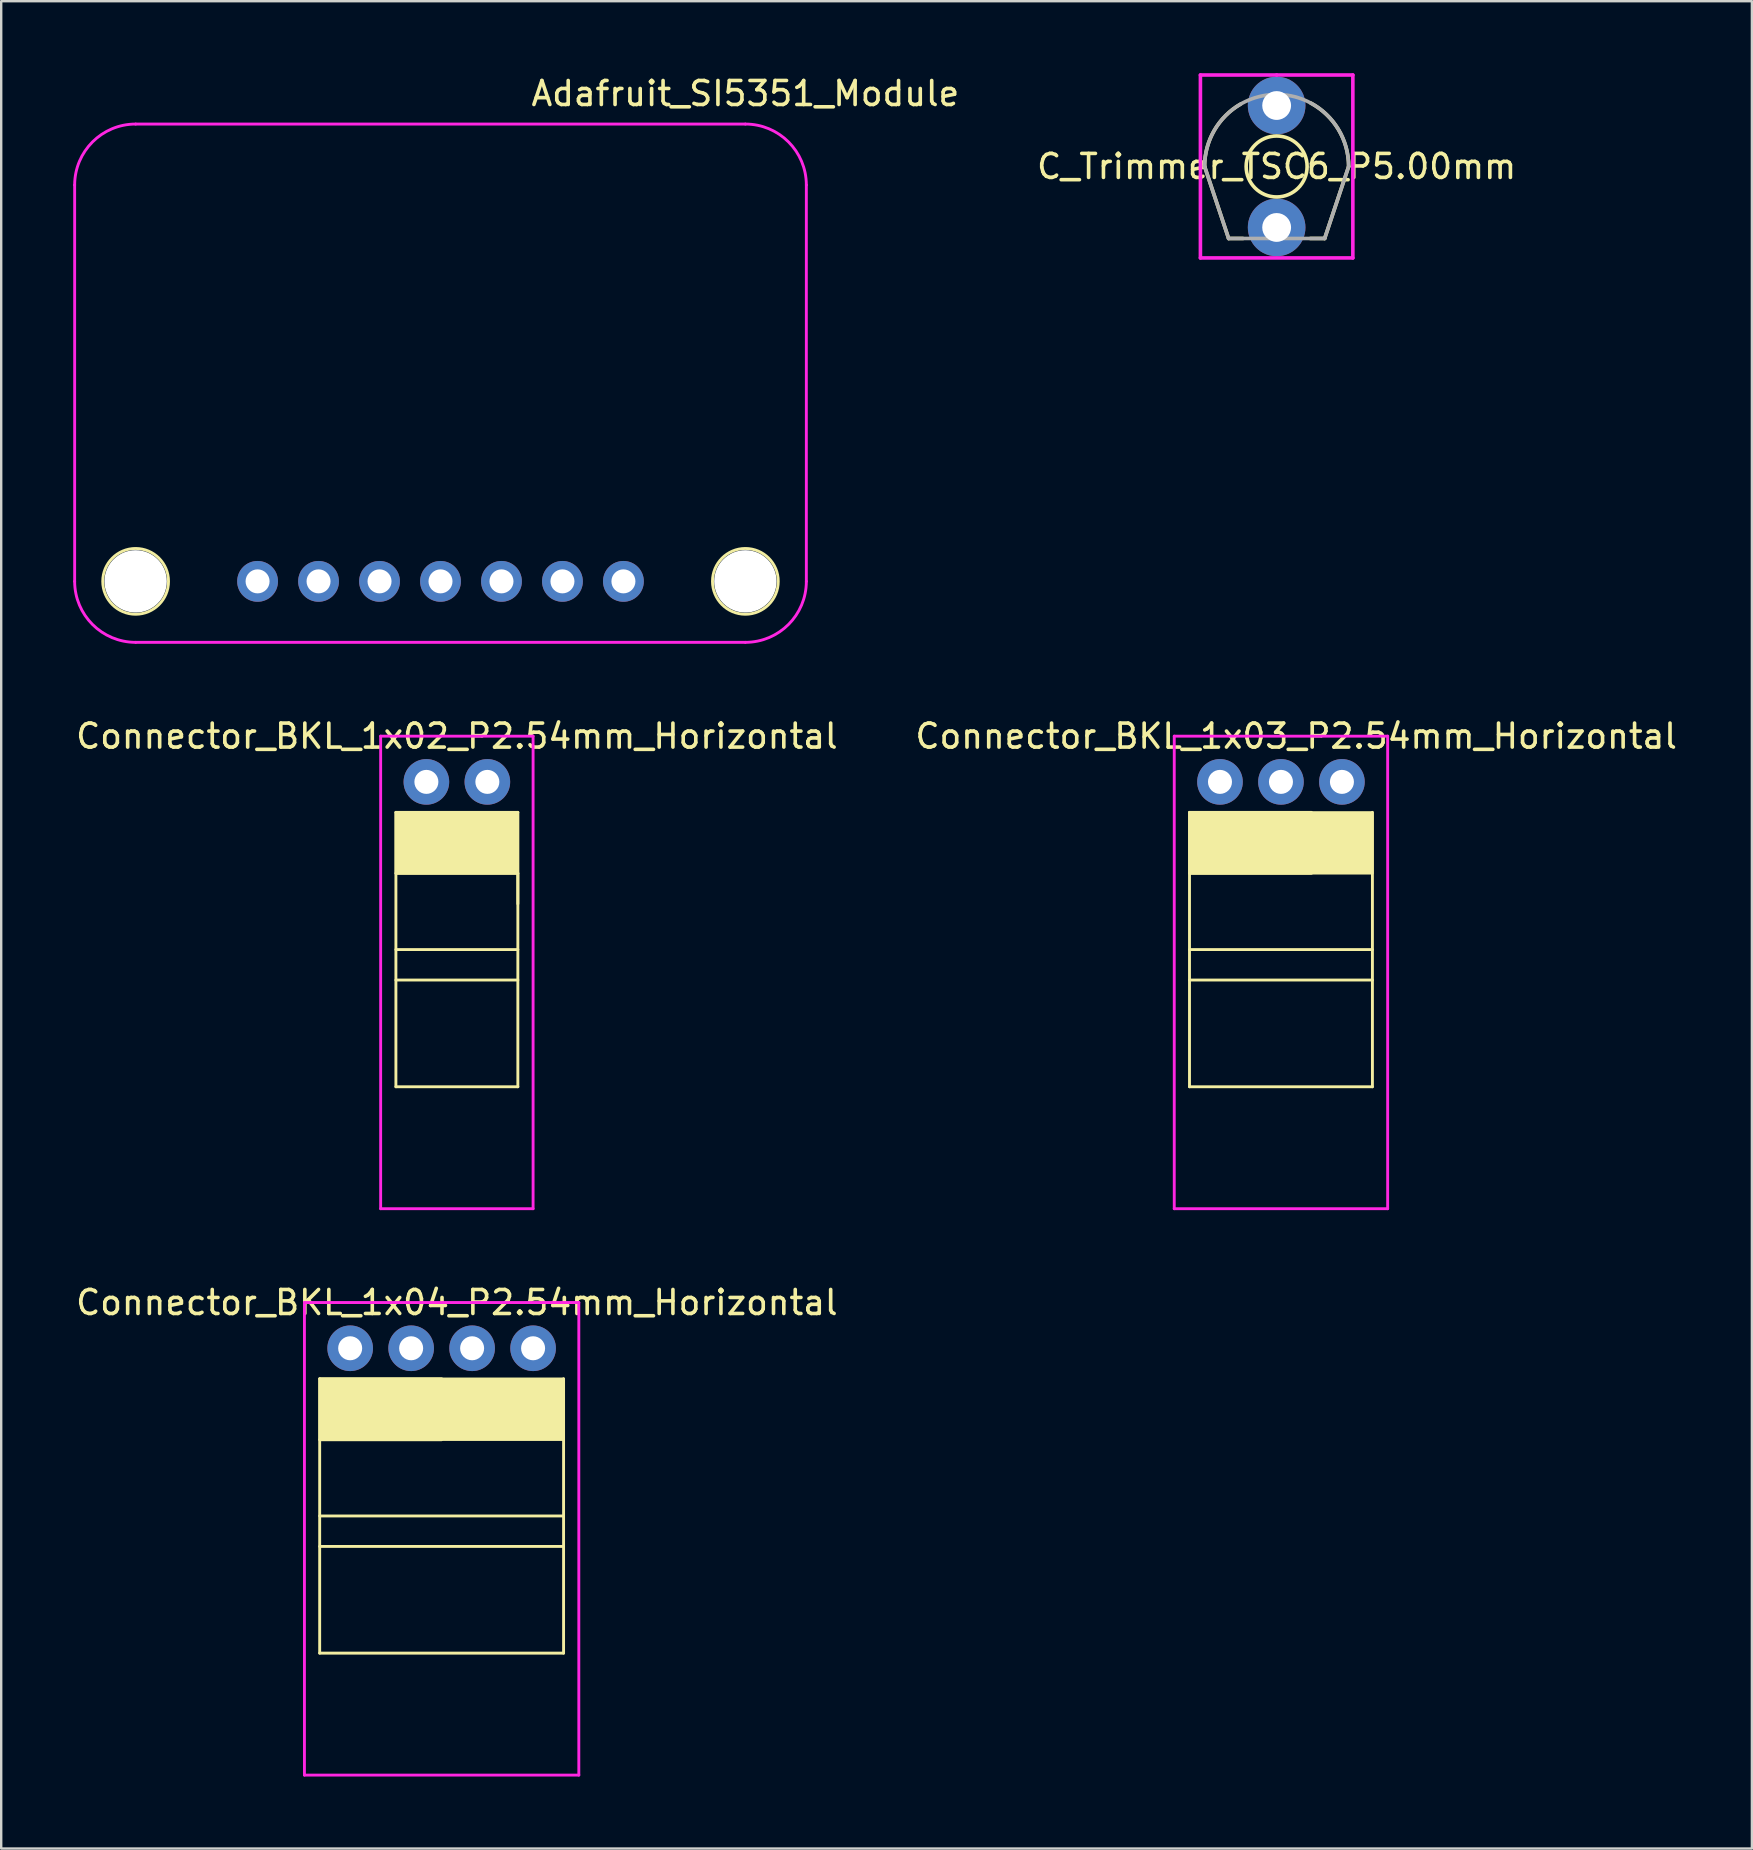
<source format=kicad_pcb>
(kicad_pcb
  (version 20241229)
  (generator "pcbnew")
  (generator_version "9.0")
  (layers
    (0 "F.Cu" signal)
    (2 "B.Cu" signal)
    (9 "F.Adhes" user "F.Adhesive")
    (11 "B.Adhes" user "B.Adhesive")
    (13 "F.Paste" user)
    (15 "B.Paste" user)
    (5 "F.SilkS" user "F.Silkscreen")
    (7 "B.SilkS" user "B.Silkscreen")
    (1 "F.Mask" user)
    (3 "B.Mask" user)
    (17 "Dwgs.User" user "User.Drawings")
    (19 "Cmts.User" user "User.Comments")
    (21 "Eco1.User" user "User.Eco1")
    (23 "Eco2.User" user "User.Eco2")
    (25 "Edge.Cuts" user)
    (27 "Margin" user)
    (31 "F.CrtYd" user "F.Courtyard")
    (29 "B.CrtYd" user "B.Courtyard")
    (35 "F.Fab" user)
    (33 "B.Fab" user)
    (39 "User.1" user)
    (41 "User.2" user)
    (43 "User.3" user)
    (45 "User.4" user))
  (footprint "Connector_BKL_1x03_P2.54mm_Horizontal"
    (layer "F.Cu")
    (at 50.311 29.521)
    (property "Reference" "Connector_BKL_1x03_P2.54mm_Horizontal" (at 0.635 -1.905 0) (layer "F.SilkS") (effects (font (size 1 1) (thickness 0.15))))
    (attr through_hole)
    (fp_line (start -3.81 1.27) (end 1.27 1.27) (stroke (width 0.12) (type solid)) (layer "F.SilkS"))
    (fp_line (start -3.81 3.81) (end 1.27 3.81) (stroke (width 0.12) (type solid)) (layer "F.SilkS"))
    (fp_line (start -3.81 12.7) (end -3.81 1.27) (stroke (width 0.12) (type solid)) (layer "F.SilkS"))
    (fp_line (start 3.81 1.27) (end 3.81 12.7) (stroke (width 0.12) (type solid)) (layer "F.SilkS"))
    (fp_line (start 3.81 6.985) (end -3.81 6.985) (stroke (width 0.12) (type solid)) (layer "F.SilkS"))
    (fp_line (start 3.81 8.255) (end -3.81 8.255) (stroke (width 0.12) (type solid)) (layer "F.SilkS"))
    (fp_line (start 3.81 12.7) (end -3.81 12.7) (stroke (width 0.12) (type solid)) (layer "F.SilkS"))
    (fp_poly (pts (xy 3.81 3.81) (xy -3.81 3.81) (xy -3.81 1.27) (xy 3.81 1.27)) (stroke (width 0.1) (type solid)) (fill yes) (layer "F.SilkS"))
    (fp_line (start -4.445 -1.905) (end 4.445 -1.905) (stroke (width 0.12) (type solid)) (layer "F.CrtYd"))
    (fp_line (start -4.445 17.78) (end -4.445 -1.905) (stroke (width 0.12) (type solid)) (layer "F.CrtYd"))
    (fp_line (start 4.445 -1.905) (end 4.445 17.78) (stroke (width 0.12) (type solid)) (layer "F.CrtYd"))
    (fp_line (start 4.445 17.78) (end -4.445 17.78) (stroke (width 0.12) (type solid)) (layer "F.CrtYd"))
    (pad "1" thru_hole circle (at -2.54 0) (size 1.9 1.9) (drill 1) (layers "*.Cu" "*.Mask"))
    (pad "2" thru_hole circle (at 0 0) (size 1.9 1.9) (drill 1) (layers "*.Cu" "*.Mask"))
    (pad "3" thru_hole circle (at 2.54 0) (size 1.9 1.9) (drill 1) (layers "*.Cu" "*.Mask")))
  (footprint "Connector_BKL_1x04_P2.54mm_Horizontal"
    (layer "F.Cu")
    (at 14.077 53.115)
    (property "Reference" "Connector_BKL_1x04_P2.54mm_Horizontal" (at 1.905 -1.905 0) (layer "F.SilkS") (effects (font (size 1 1) (thickness 0.15))))
    (attr through_hole)
    (fp_line (start -3.81 1.27) (end 1.27 1.27) (stroke (width 0.12) (type solid)) (layer "F.SilkS"))
    (fp_line (start -3.81 3.81) (end 1.27 3.81) (stroke (width 0.12) (type solid)) (layer "F.SilkS"))
    (fp_line (start -3.81 12.7) (end -3.81 1.27) (stroke (width 0.12) (type solid)) (layer "F.SilkS"))
    (fp_line (start 6.35 1.27) (end 6.35 12.7) (stroke (width 0.12) (type solid)) (layer "F.SilkS"))
    (fp_line (start 6.35 6.985) (end -3.81 6.985) (stroke (width 0.12) (type solid)) (layer "F.SilkS"))
    (fp_line (start 6.35 8.255) (end -3.81 8.255) (stroke (width 0.12) (type solid)) (layer "F.SilkS"))
    (fp_line (start 6.35 12.7) (end -3.81 12.7) (stroke (width 0.12) (type solid)) (layer "F.SilkS"))
    (fp_poly (pts (xy 6.35 3.81) (xy -3.81 3.81) (xy -3.81 1.27) (xy 6.35 1.27)) (stroke (width 0.1) (type solid)) (fill yes) (layer "F.SilkS"))
    (fp_line (start -4.445 -1.905) (end 6.985 -1.905) (stroke (width 0.12) (type solid)) (layer "F.CrtYd"))
    (fp_line (start -4.445 17.78) (end -4.445 -1.905) (stroke (width 0.12) (type solid)) (layer "F.CrtYd"))
    (fp_line (start 6.985 -1.905) (end 6.985 17.78) (stroke (width 0.12) (type solid)) (layer "F.CrtYd"))
    (fp_line (start 6.985 17.78) (end -4.445 17.78) (stroke (width 0.12) (type solid)) (layer "F.CrtYd"))
    (pad "1" thru_hole circle (at -2.54 0) (size 1.9 1.9) (drill 1) (layers "*.Cu" "*.Mask"))
    (pad "2" thru_hole circle (at 0 0) (size 1.9 1.9) (drill 1) (layers "*.Cu" "*.Mask"))
    (pad "3" thru_hole circle (at 2.54 0) (size 1.9 1.9) (drill 1) (layers "*.Cu" "*.Mask"))
    (pad "4" thru_hole circle (at 5.08 0) (size 1.9 1.9) (drill 1) (layers "*.Cu" "*.Mask")))
  (footprint "Adafruit_SI5351_Module"
    (layer "F.Cu")
    (at 15.3 21.168)
    (property "Reference" "Adafruit_SI5351_Module" (at 12.7 -20.32 0) (layer "F.SilkS") (effects (font (size 1 1) (thickness 0.15))))
    (attr through_hole)
    (fp_circle (center -12.7 0) (end -11.33 0) (stroke (width 0.12) (type solid)) (fill no) (layer "F.SilkS"))
    (fp_circle (center 12.7 0) (end 14.07 0) (stroke (width 0.12) (type solid)) (fill no) (layer "F.SilkS"))
    (fp_line (start -15.24 -16.51) (end -15.24 0) (stroke (width 0.12) (type solid)) (layer "F.CrtYd"))
    (fp_line (start -12.7 2.54) (end 12.7 2.54) (stroke (width 0.12) (type solid)) (layer "F.CrtYd"))
    (fp_line (start 12.7 -19.05) (end -12.7 -19.05) (stroke (width 0.12) (type solid)) (layer "F.CrtYd"))
    (fp_line (start 15.24 0) (end 15.24 -16.51) (stroke (width 0.12) (type solid)) (layer "F.CrtYd"))
    (fp_arc (start -15.24 -16.51) (mid -14.496051 -18.306051) (end -12.7 -19.05) (stroke (width 0.12) (type solid)) (layer "F.CrtYd"))
    (fp_arc (start -12.7 2.54) (mid -14.496051 1.796051) (end -15.24 0) (stroke (width 0.12) (type solid)) (layer "F.CrtYd"))
    (fp_arc (start 12.7 -19.05) (mid 14.496051 -18.306051) (end 15.24 -16.51) (stroke (width 0.12) (type solid)) (layer "F.CrtYd"))
    (fp_arc (start 15.24 0) (mid 14.496051 1.796051) (end 12.7 2.54) (stroke (width 0.12) (type solid)) (layer "F.CrtYd"))
    (pad "" np_thru_hole circle (at -12.7 0) (size 2.6 2.6) (drill 2.6) (layers "*.Cu" "*.Mask"))
    (pad "" np_thru_hole circle (at 12.7 0) (size 2.6 2.6) (drill 2.6) (layers "*.Cu" "*.Mask"))
    (pad "1" thru_hole circle (at -7.62 0) (size 1.7 1.7) (drill 1) (layers "*.Cu" "*.Mask"))
    (pad "2" thru_hole circle (at -5.08 0) (size 1.7 1.7) (drill 1) (layers "*.Cu" "*.Mask"))
    (pad "3" thru_hole circle (at -2.54 0 90) (size 1.7 1.7) (drill 1) (layers "*.Cu" "*.Mask"))
    (pad "4" thru_hole circle (at 0 0) (size 1.7 1.7) (drill 1) (layers "*.Cu" "*.Mask"))
    (pad "5" thru_hole circle (at 2.54 0) (size 1.7 1.7) (drill 1) (layers "*.Cu" "*.Mask"))
    (pad "6" thru_hole circle (at 5.08 0) (size 1.7 1.7) (drill 1) (layers "*.Cu" "*.Mask"))
    (pad "7" thru_hole circle (at 7.62 0) (size 1.7 1.7) (drill 1) (layers "*.Cu" "*.Mask")))
  (footprint "C_Trimmer_TSC6_P5.00mm"
    (layer "F.Cu")
    (at 50.131 3.885)
    (property "Reference" "C_Trimmer_TSC6_P5.00mm" (at 0 0 0) (layer "F.SilkS") (effects (font (size 1 1) (thickness 0.15))))
    (attr through_hole)
    (fp_line (start -3 0) (end -2 3) (stroke (width 0.15) (type solid)) (layer "F.SilkS"))
    (fp_line (start -2 3) (end -1.4 3) (stroke (width 0.15) (type solid)) (layer "F.SilkS"))
    (fp_line (start 1.4 3) (end 2 3) (stroke (width 0.15) (type solid)) (layer "F.SilkS"))
    (fp_line (start 2 3) (end 3 0) (stroke (width 0.15) (type solid)) (layer "F.SilkS"))
    (fp_arc (start -3.001666 -0.000001) (mid -2.599278 -1.50125) (end -1.5 -2.6) (stroke (width 0.15) (type solid)) (layer "F.SilkS"))
    (fp_arc (start 1.422299 -2.641413) (mid 2.575548 -1.53836) (end 3 0) (stroke (width 0.15) (type solid)) (layer "F.SilkS"))
    (fp_circle (center 0 0) (end 1.27 0) (stroke (width 0.15) (type solid)) (fill no) (layer "F.SilkS"))
    (fp_line (start -3.175 -3.81) (end 0 -3.81) (stroke (width 0.15) (type solid)) (layer "F.CrtYd"))
    (fp_line (start -3.175 3.81) (end -3.175 -3.81) (stroke (width 0.15) (type solid)) (layer "F.CrtYd"))
    (fp_line (start 0 -3.81) (end 3.175 -3.81) (stroke (width 0.15) (type solid)) (layer "F.CrtYd"))
    (fp_line (start 3.175 -3.81) (end 3.175 3.81) (stroke (width 0.15) (type solid)) (layer "F.CrtYd"))
    (fp_line (start 3.175 3.81) (end -3.175 3.81) (stroke (width 0.15) (type solid)) (layer "F.CrtYd"))
    (fp_line (start -2 3) (end -3 0) (stroke (width 0.15) (type solid)) (layer "F.Fab"))
    (fp_line (start -2 3) (end 2 3) (stroke (width 0.15) (type solid)) (layer "F.Fab"))
    (fp_line (start 2 3) (end 3 0) (stroke (width 0.15) (type solid)) (layer "F.Fab"))
    (fp_arc (start -3 0) (mid 0 -3) (end 3 0) (stroke (width 0.15) (type solid)) (layer "F.Fab"))
    (pad "1" thru_hole circle (at 0 2.54) (size 2.4 2.4) (drill 1.2) (layers "*.Cu" "*.Mask"))
    (pad "2" thru_hole circle (at 0 -2.54) (size 2.4 2.4) (drill 1.2) (layers "*.Cu" "*.Mask")))
  (footprint "Connector_BKL_1x02_P2.54mm_Horizontal"
    (layer "F.Cu")
    (at 14.712 29.521)
    (property "Reference" "Connector_BKL_1x02_P2.54mm_Horizontal" (at 1.27 -1.905 0) (layer "F.SilkS") (effects (font (size 1 1) (thickness 0.15))))
    (attr through_hole)
    (fp_line (start -1.27 1.27) (end 3.81 1.27) (stroke (width 0.12) (type solid)) (layer "F.SilkS"))
    (fp_line (start -1.27 3.81) (end 3.81 3.81) (stroke (width 0.12) (type solid)) (layer "F.SilkS"))
    (fp_line (start -1.27 12.7) (end -1.27 1.27) (stroke (width 0.12) (type solid)) (layer "F.SilkS"))
    (fp_line (start 3.81 1.27) (end 3.81 12.7) (stroke (width 0.12) (type solid)) (layer "F.SilkS"))
    (fp_line (start 3.81 3.81) (end 3.81 5.08) (stroke (width 0.12) (type solid)) (layer "F.SilkS"))
    (fp_line (start 3.81 6.985) (end -1.27 6.985) (stroke (width 0.12) (type solid)) (layer "F.SilkS"))
    (fp_line (start 3.81 8.255) (end -1.27 8.255) (stroke (width 0.12) (type solid)) (layer "F.SilkS"))
    (fp_line (start 3.81 12.7) (end -1.27 12.7) (stroke (width 0.12) (type solid)) (layer "F.SilkS"))
    (fp_poly (pts (xy 3.81 3.81) (xy -1.27 3.81) (xy -1.27 1.27) (xy 3.81 1.27)) (stroke (width 0.1) (type solid)) (fill yes) (layer "F.SilkS"))
    (fp_line (start -1.905 -1.905) (end 4.445 -1.905) (stroke (width 0.12) (type solid)) (layer "F.CrtYd"))
    (fp_line (start -1.905 17.78) (end -1.905 -1.905) (stroke (width 0.12) (type solid)) (layer "F.CrtYd"))
    (fp_line (start 4.445 -1.905) (end 4.445 17.78) (stroke (width 0.12) (type solid)) (layer "F.CrtYd"))
    (fp_line (start 4.445 17.78) (end -1.905 17.78) (stroke (width 0.12) (type solid)) (layer "F.CrtYd"))
    (pad "1" thru_hole circle (at 0 0) (size 1.9 1.9) (drill 1) (layers "*.Cu" "*.Mask"))
    (pad "2" thru_hole circle (at 2.54 0) (size 1.9 1.9) (drill 1) (layers "*.Cu" "*.Mask")))
  (gr_rect
    (start -3 -3)
    (end 69.929 73.955)
    (stroke (width 0.1) (type default))
    (fill no)
    (layer "Edge.Cuts")))
</source>
